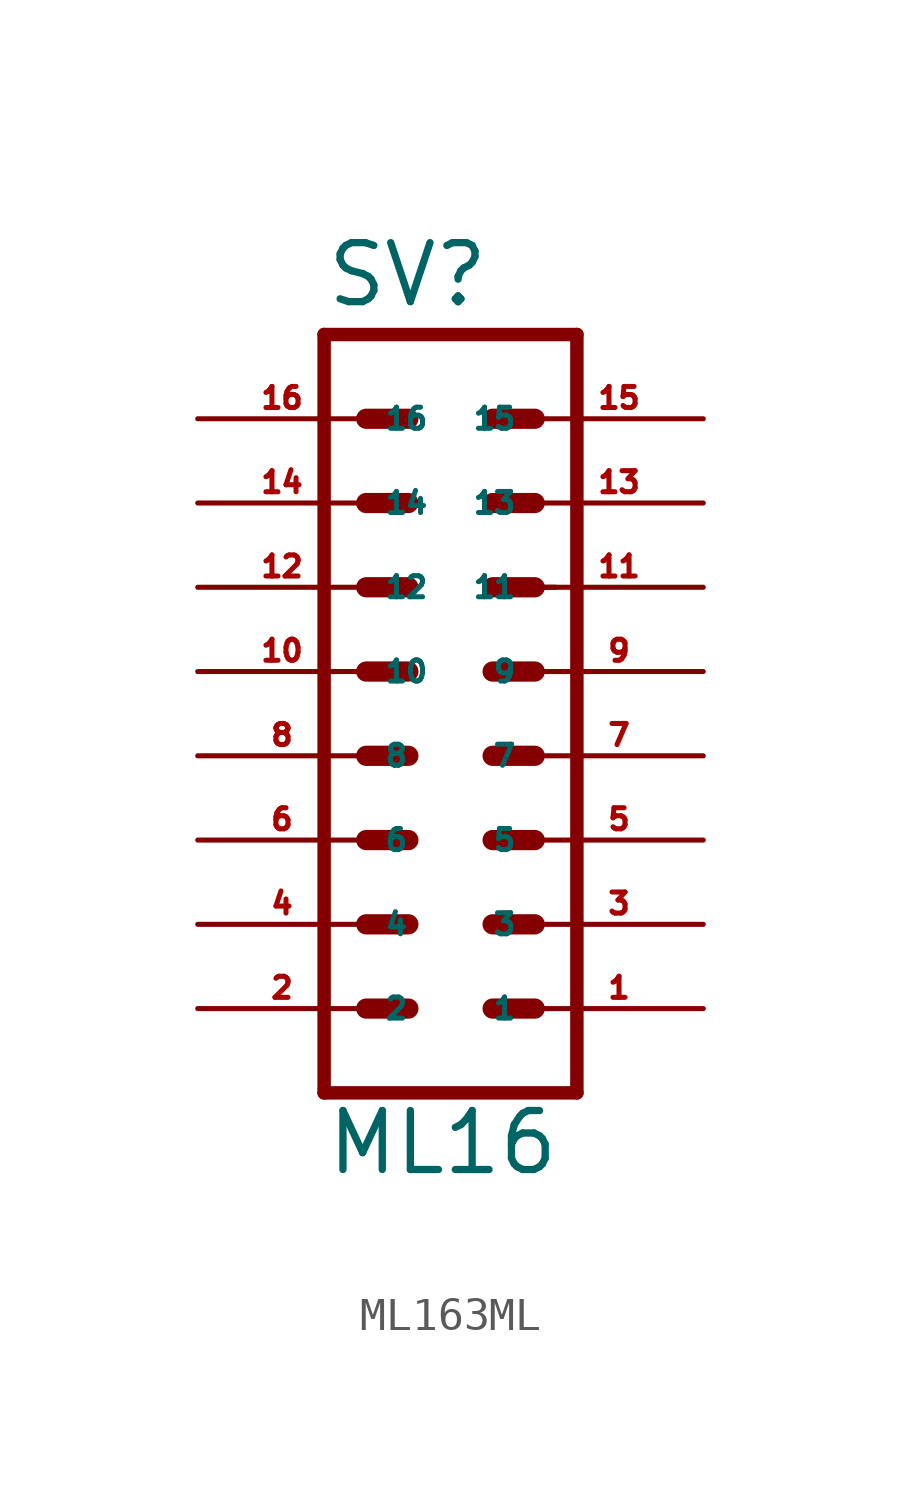
<source format=kicad_sym>
(kicad_symbol_lib
  (version 20220914)
  (generator Eagle2Kicad)
  (symbol "ML163ML"
    (property "Reference" "SV"
      (at -3.81 10.922 0)
      (effects (font (size 1.778 1.778) (thickness 0.22)) (justify left bottom)))
    (property "Value" "ML16"
      (at -3.81 -15.24 0)
      (effects (font (size 1.778 1.778) (thickness 0.22)) (justify left bottom)))
    (polyline
      (pts (xy 3.81 -12.7) (xy -3.81 -12.7))
      (stroke (width 0.406) (type default))
      (fill (type none)))
    (polyline
      (pts (xy -3.81 10.16) (xy -3.81 -12.7))
      (stroke (width 0.406) (type default))
      (fill (type none)))
    (polyline
      (pts (xy -3.81 10.16) (xy 3.81 10.16))
      (stroke (width 0.406) (type default))
      (fill (type none)))
    (polyline
      (pts (xy 3.81 -12.7) (xy 3.81 10.16))
      (stroke (width 0.406) (type default))
      (fill (type none)))
    (polyline
      (pts (xy 2.54 2.54) (xy 3.175 2.54))
      (stroke (width 0.152) (type default))
      (fill (type none)))
    (polyline
      (pts (xy 1.27 0) (xy 2.54 0))
      (stroke (width 0.61) (type default))
      (fill (type none)))
    (polyline
      (pts (xy 1.27 -2.54) (xy 2.54 -2.54))
      (stroke (width 0.61) (type default))
      (fill (type none)))
    (polyline
      (pts (xy 1.27 -5.08) (xy 2.54 -5.08))
      (stroke (width 0.61) (type default))
      (fill (type none)))
    (polyline
      (pts (xy 1.27 -7.62) (xy 2.54 -7.62))
      (stroke (width 0.61) (type default))
      (fill (type none)))
    (polyline
      (pts (xy 1.27 -10.16) (xy 2.54 -10.16))
      (stroke (width 0.61) (type default))
      (fill (type none)))
    (polyline
      (pts (xy -2.54 0) (xy -1.27 0))
      (stroke (width 0.61) (type default))
      (fill (type none)))
    (polyline
      (pts (xy -2.54 -2.54) (xy -1.27 -2.54))
      (stroke (width 0.61) (type default))
      (fill (type none)))
    (polyline
      (pts (xy -2.54 -5.08) (xy -1.27 -5.08))
      (stroke (width 0.61) (type default))
      (fill (type none)))
    (polyline
      (pts (xy -2.54 -7.62) (xy -1.27 -7.62))
      (stroke (width 0.61) (type default))
      (fill (type none)))
    (polyline
      (pts (xy -2.54 -10.16) (xy -1.27 -10.16))
      (stroke (width 0.61) (type default))
      (fill (type none)))
    (polyline
      (pts (xy 1.27 2.54) (xy 2.54 2.54))
      (stroke (width 0.61) (type default))
      (fill (type none)))
    (polyline
      (pts (xy 1.27 5.08) (xy 2.54 5.08))
      (stroke (width 0.61) (type default))
      (fill (type none)))
    (polyline
      (pts (xy 1.27 7.62) (xy 2.54 7.62))
      (stroke (width 0.61) (type default))
      (fill (type none)))
    (polyline
      (pts (xy -2.54 2.54) (xy -1.27 2.54))
      (stroke (width 0.61) (type default))
      (fill (type none)))
    (polyline
      (pts (xy -2.54 5.08) (xy -1.27 5.08))
      (stroke (width 0.61) (type default))
      (fill (type none)))
    (polyline
      (pts (xy -2.54 7.62) (xy -1.27 7.62))
      (stroke (width 0.61) (type default))
      (fill (type none)))
    (pin passive line
      (at 7.62 -10.16 180)
      (length 5.08)
      (name "1" (effects (font (size 0.635 0.635) (thickness 0.08)) (justify left bottom)))
      (number "1" (effects (font (size 0.635 0.635) (thickness 0.08)) (justify left bottom))))
    (pin passive line
      (at 7.62 -7.62 180)
      (length 5.08)
      (name "3" (effects (font (size 0.635 0.635) (thickness 0.08)) (justify left bottom)))
      (number "3" (effects (font (size 0.635 0.635) (thickness 0.08)) (justify left bottom))))
    (pin passive line
      (at 7.62 -5.08 180)
      (length 5.08)
      (name "5" (effects (font (size 0.635 0.635) (thickness 0.08)) (justify left bottom)))
      (number "5" (effects (font (size 0.635 0.635) (thickness 0.08)) (justify left bottom))))
    (pin passive line
      (at 7.62 -2.54 180)
      (length 5.08)
      (name "7" (effects (font (size 0.635 0.635) (thickness 0.08)) (justify left bottom)))
      (number "7" (effects (font (size 0.635 0.635) (thickness 0.08)) (justify left bottom))))
    (pin passive line
      (at 7.62 0 180)
      (length 5.08)
      (name "9" (effects (font (size 0.635 0.635) (thickness 0.08)) (justify left bottom)))
      (number "9" (effects (font (size 0.635 0.635) (thickness 0.08)) (justify left bottom))))
    (pin passive line
      (at 7.62 2.54 180)
      (length 5.08)
      (name "11" (effects (font (size 0.635 0.635) (thickness 0.08)) (justify left bottom)))
      (number "11" (effects (font (size 0.635 0.635) (thickness 0.08)) (justify left bottom))))
    (pin passive line
      (at 7.62 5.08 180)
      (length 5.08)
      (name "13" (effects (font (size 0.635 0.635) (thickness 0.08)) (justify left bottom)))
      (number "13" (effects (font (size 0.635 0.635) (thickness 0.08)) (justify left bottom))))
    (pin passive line
      (at 7.62 7.62 180)
      (length 5.08)
      (name "15" (effects (font (size 0.635 0.635) (thickness 0.08)) (justify left bottom)))
      (number "15" (effects (font (size 0.635 0.635) (thickness 0.08)) (justify left bottom))))
    (pin passive line
      (at -7.62 -10.16 0)
      (length 5.08)
      (name "2" (effects (font (size 0.635 0.635) (thickness 0.08)) (justify left bottom)))
      (number "2" (effects (font (size 0.635 0.635) (thickness 0.08)) (justify left bottom))))
    (pin passive line
      (at -7.62 -7.62 0)
      (length 5.08)
      (name "4" (effects (font (size 0.635 0.635) (thickness 0.08)) (justify left bottom)))
      (number "4" (effects (font (size 0.635 0.635) (thickness 0.08)) (justify left bottom))))
    (pin passive line
      (at -7.62 -5.08 0)
      (length 5.08)
      (name "6" (effects (font (size 0.635 0.635) (thickness 0.08)) (justify left bottom)))
      (number "6" (effects (font (size 0.635 0.635) (thickness 0.08)) (justify left bottom))))
    (pin passive line
      (at -7.62 -2.54 0)
      (length 5.08)
      (name "8" (effects (font (size 0.635 0.635) (thickness 0.08)) (justify left bottom)))
      (number "8" (effects (font (size 0.635 0.635) (thickness 0.08)) (justify left bottom))))
    (pin passive line
      (at -7.62 0 0)
      (length 5.08)
      (name "10" (effects (font (size 0.635 0.635) (thickness 0.08)) (justify left bottom)))
      (number "10" (effects (font (size 0.635 0.635) (thickness 0.08)) (justify left bottom))))
    (pin passive line
      (at -7.62 2.54 0)
      (length 5.08)
      (name "12" (effects (font (size 0.635 0.635) (thickness 0.08)) (justify left bottom)))
      (number "12" (effects (font (size 0.635 0.635) (thickness 0.08)) (justify left bottom))))
    (pin passive line
      (at -7.62 5.08 0)
      (length 5.08)
      (name "14" (effects (font (size 0.635 0.635) (thickness 0.08)) (justify left bottom)))
      (number "14" (effects (font (size 0.635 0.635) (thickness 0.08)) (justify left bottom))))
    (pin passive line
      (at -7.62 7.62 0)
      (length 5.08)
      (name "16" (effects (font (size 0.635 0.635) (thickness 0.08)) (justify left bottom)))
      (number "16" (effects (font (size 0.635 0.635) (thickness 0.08)) (justify left bottom))))))
</source>
